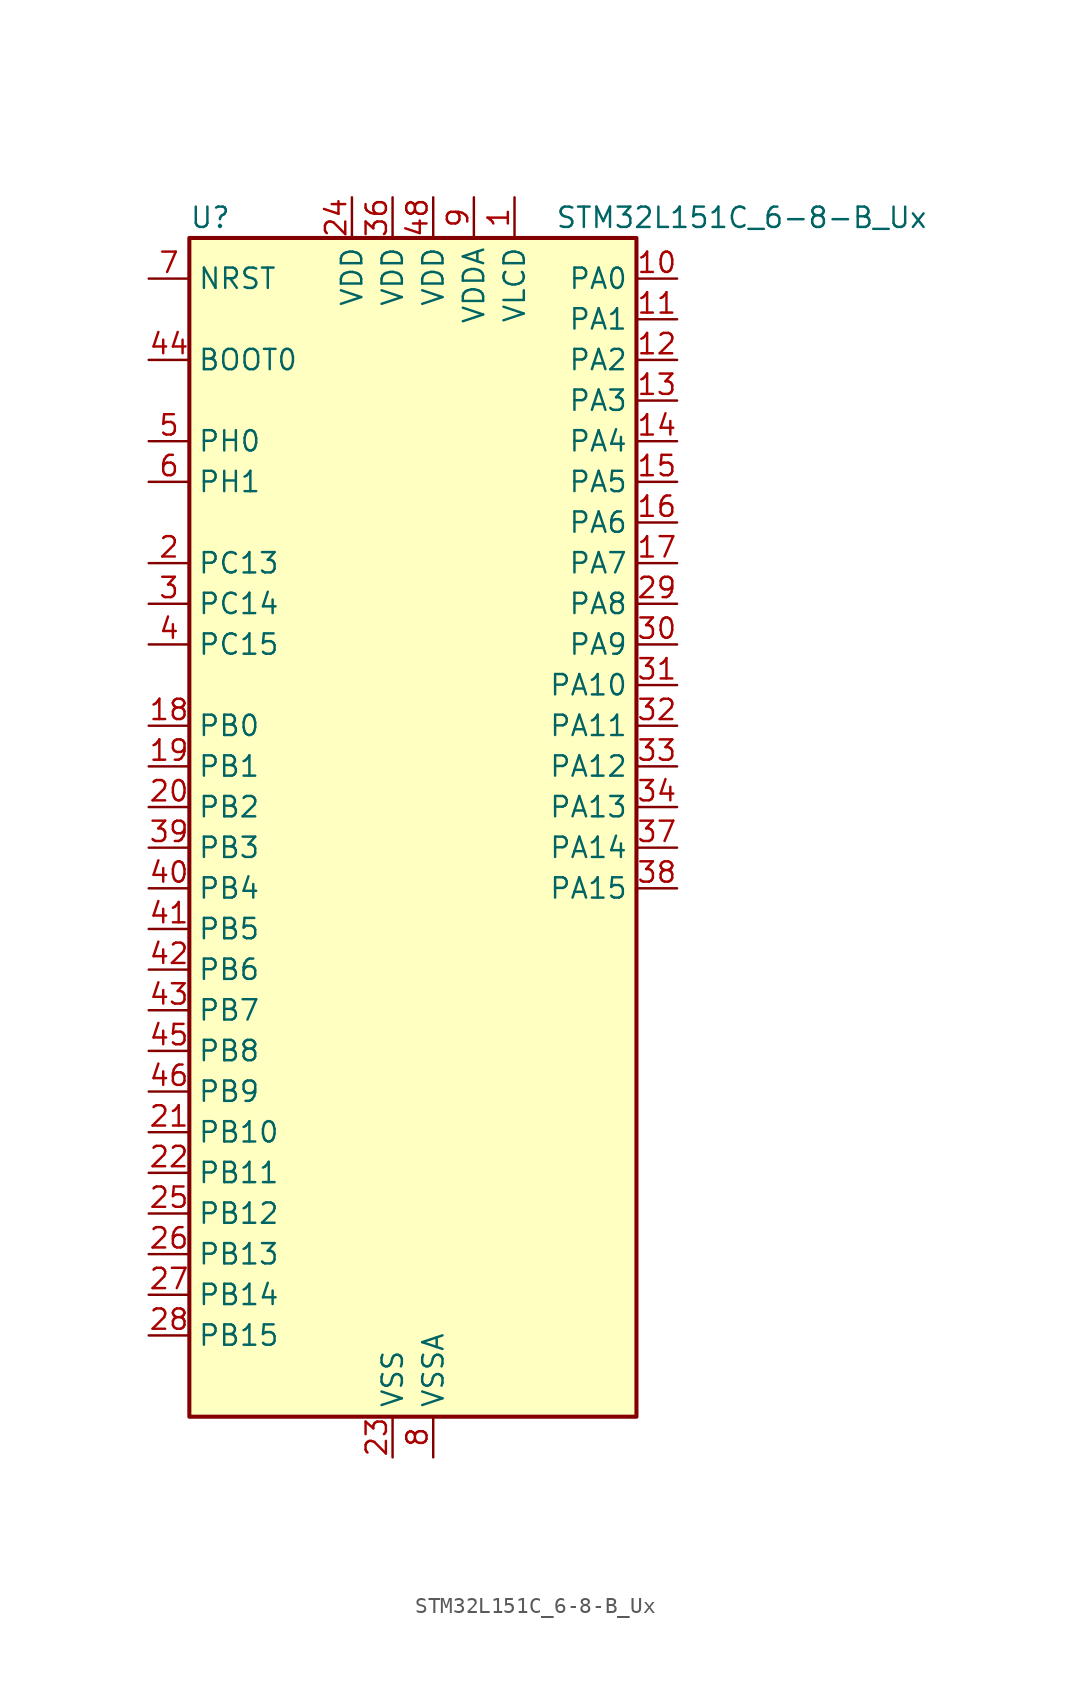
<source format=kicad_sym>
(kicad_symbol_lib
  (version 20231120)
  (generator "kicad-library-utils")
  (generator_version "8.0")
  (symbol "STM32L151C_6-8-B_Ux"
    (property "Reference" "U"
      (at -12.7 39.37 0)
      (effects (font (size 1.27 1.27)) (justify left)))
    (property "Value" "STM32L151C_6-8-B_Ux"
      (at 10.16 39.37 0)
      (effects (font (size 1.27 1.27)) (justify left)))
    (symbol "STM32L151C_6-8-B_Ux_0_1"
      (rectangle (start -12.7 -35.56) (end 15.24 38.1) (stroke (width 0.254) (type default)) (fill (type background))))
    (symbol "STM32L151C_6-8-B_Ux_1_1"
      (pin power_in line (at 7.62 40.64 270) (length 2.54) (name "VLCD" (effects (font (size 1.27 1.27)))) (number "1" (effects (font (size 1.27 1.27)))))
      (pin bidirectional line (at 17.78 35.56 180) (length 2.54) (name "PA0" (effects (font (size 1.27 1.27)))) (number "10" (effects (font (size 1.27 1.27)))) (alternate "ADC_IN0" bidirectional line) (alternate "COMP1_INP" bidirectional line) (alternate "SYS_WKUP1" bidirectional line) (alternate "TIM2_CH1" bidirectional line) (alternate "TIM2_ETR" bidirectional line) (alternate "TIMX_IC1" bidirectional line) (alternate "TS_G1_IO1" bidirectional line) (alternate "USART2_CTS" bidirectional line))
      (pin bidirectional line (at 17.78 33.02 180) (length 2.54) (name "PA1" (effects (font (size 1.27 1.27)))) (number "11" (effects (font (size 1.27 1.27)))) (alternate "ADC_IN1" bidirectional line) (alternate "COMP1_INP" bidirectional line) (alternate "TIM2_CH2" bidirectional line) (alternate "TIMX_IC2" bidirectional line) (alternate "TS_G1_IO2" bidirectional line) (alternate "USART2_RTS" bidirectional line))
      (pin bidirectional line (at 17.78 30.48 180) (length 2.54) (name "PA2" (effects (font (size 1.27 1.27)))) (number "12" (effects (font (size 1.27 1.27)))) (alternate "ADC_IN2" bidirectional line) (alternate "COMP1_INP" bidirectional line) (alternate "TIM2_CH3" bidirectional line) (alternate "TIM9_CH1" bidirectional line) (alternate "TIMX_IC3" bidirectional line) (alternate "TS_G1_IO3" bidirectional line) (alternate "USART2_TX" bidirectional line))
      (pin bidirectional line (at 17.78 27.94 180) (length 2.54) (name "PA3" (effects (font (size 1.27 1.27)))) (number "13" (effects (font (size 1.27 1.27)))) (alternate "ADC_IN3" bidirectional line) (alternate "COMP1_INP" bidirectional line) (alternate "TIM2_CH4" bidirectional line) (alternate "TIM9_CH2" bidirectional line) (alternate "TIMX_IC4" bidirectional line) (alternate "TS_G1_IO4" bidirectional line) (alternate "USART2_RX" bidirectional line))
      (pin bidirectional line (at 17.78 25.4 180) (length 2.54) (name "PA4" (effects (font (size 1.27 1.27)))) (number "14" (effects (font (size 1.27 1.27)))) (alternate "ADC_IN4" bidirectional line) (alternate "COMP1_INP" bidirectional line) (alternate "DAC_OUT1" bidirectional line) (alternate "SPI1_NSS" bidirectional line) (alternate "TIMX_IC1" bidirectional line) (alternate "USART2_CK" bidirectional line))
      (pin bidirectional line (at 17.78 22.86 180) (length 2.54) (name "PA5" (effects (font (size 1.27 1.27)))) (number "15" (effects (font (size 1.27 1.27)))) (alternate "ADC_IN5" bidirectional line) (alternate "COMP1_INP" bidirectional line) (alternate "DAC_OUT2" bidirectional line) (alternate "SPI1_SCK" bidirectional line) (alternate "TIM2_CH1" bidirectional line) (alternate "TIM2_ETR" bidirectional line) (alternate "TIMX_IC2" bidirectional line))
      (pin bidirectional line (at 17.78 20.32 180) (length 2.54) (name "PA6" (effects (font (size 1.27 1.27)))) (number "16" (effects (font (size 1.27 1.27)))) (alternate "ADC_IN6" bidirectional line) (alternate "COMP1_INP" bidirectional line) (alternate "SPI1_MISO" bidirectional line) (alternate "TIM10_CH1" bidirectional line) (alternate "TIM3_CH1" bidirectional line) (alternate "TIMX_IC3" bidirectional line) (alternate "TS_G2_IO1" bidirectional line))
      (pin bidirectional line (at 17.78 17.78 180) (length 2.54) (name "PA7" (effects (font (size 1.27 1.27)))) (number "17" (effects (font (size 1.27 1.27)))) (alternate "ADC_IN7" bidirectional line) (alternate "COMP1_INP" bidirectional line) (alternate "SPI1_MOSI" bidirectional line) (alternate "TIM11_CH1" bidirectional line) (alternate "TIM3_CH2" bidirectional line) (alternate "TIMX_IC4" bidirectional line) (alternate "TS_G2_IO2" bidirectional line))
      (pin bidirectional line (at -15.24 7.62 0) (length 2.54) (name "PB0" (effects (font (size 1.27 1.27)))) (number "18" (effects (font (size 1.27 1.27)))) (alternate "ADC_IN8" bidirectional line) (alternate "COMP1_INP" bidirectional line) (alternate "SYS_V_REF_OUT" bidirectional line) (alternate "TIM3_CH3" bidirectional line) (alternate "TS_G3_IO1" bidirectional line))
      (pin bidirectional line (at -15.24 5.08 0) (length 2.54) (name "PB1" (effects (font (size 1.27 1.27)))) (number "19" (effects (font (size 1.27 1.27)))) (alternate "ADC_IN9" bidirectional line) (alternate "COMP1_INP" bidirectional line) (alternate "SYS_V_REF_OUT" bidirectional line) (alternate "TIM3_CH4" bidirectional line) (alternate "TS_G3_IO2" bidirectional line))
      (pin bidirectional line (at -15.24 17.78 0) (length 2.54) (name "PC13" (effects (font (size 1.27 1.27)))) (number "2" (effects (font (size 1.27 1.27)))) (alternate "RTC_OUT_ALARM" bidirectional line) (alternate "RTC_OUT_CALIB" bidirectional line) (alternate "RTC_TAMP1" bidirectional line) (alternate "RTC_TS" bidirectional line) (alternate "SYS_WKUP2" bidirectional line) (alternate "TIMX_IC2" bidirectional line))
      (pin bidirectional line (at -15.24 2.54 0) (length 2.54) (name "PB2" (effects (font (size 1.27 1.27)))) (number "20" (effects (font (size 1.27 1.27)))))
      (pin bidirectional line (at -15.24 -17.78 0) (length 2.54) (name "PB10" (effects (font (size 1.27 1.27)))) (number "21" (effects (font (size 1.27 1.27)))) (alternate "I2C2_SCL" bidirectional line) (alternate "TIM2_CH3" bidirectional line) (alternate "USART3_TX" bidirectional line))
      (pin bidirectional line (at -15.24 -20.32 0) (length 2.54) (name "PB11" (effects (font (size 1.27 1.27)))) (number "22" (effects (font (size 1.27 1.27)))) (alternate "ADC_EXTI11" bidirectional line) (alternate "I2C2_SDA" bidirectional line) (alternate "TIM2_CH4" bidirectional line) (alternate "USART3_RX" bidirectional line))
      (pin power_in line (at 0 -38.1 90) (length 2.54) (name "VSS" (effects (font (size 1.27 1.27)))) (number "23" (effects (font (size 1.27 1.27)))))
      (pin power_in line (at -2.54 40.64 270) (length 2.54) (name "VDD" (effects (font (size 1.27 1.27)))) (number "24" (effects (font (size 1.27 1.27)))))
      (pin bidirectional line (at -15.24 -22.86 0) (length 2.54) (name "PB12" (effects (font (size 1.27 1.27)))) (number "25" (effects (font (size 1.27 1.27)))) (alternate "ADC_IN18" bidirectional line) (alternate "COMP1_INP" bidirectional line) (alternate "I2C2_SMBA" bidirectional line) (alternate "SPI2_NSS" bidirectional line) (alternate "TIM10_CH1" bidirectional line) (alternate "TS_G7_IO1" bidirectional line) (alternate "USART3_CK" bidirectional line))
      (pin bidirectional line (at -15.24 -25.4 0) (length 2.54) (name "PB13" (effects (font (size 1.27 1.27)))) (number "26" (effects (font (size 1.27 1.27)))) (alternate "ADC_IN19" bidirectional line) (alternate "COMP1_INP" bidirectional line) (alternate "SPI2_SCK" bidirectional line) (alternate "TIM9_CH1" bidirectional line) (alternate "TS_G7_IO2" bidirectional line) (alternate "USART3_CTS" bidirectional line))
      (pin bidirectional line (at -15.24 -27.94 0) (length 2.54) (name "PB14" (effects (font (size 1.27 1.27)))) (number "27" (effects (font (size 1.27 1.27)))) (alternate "ADC_IN20" bidirectional line) (alternate "COMP1_INP" bidirectional line) (alternate "SPI2_MISO" bidirectional line) (alternate "TIM9_CH2" bidirectional line) (alternate "TS_G7_IO3" bidirectional line) (alternate "USART3_RTS" bidirectional line))
      (pin bidirectional line (at -15.24 -30.48 0) (length 2.54) (name "PB15" (effects (font (size 1.27 1.27)))) (number "28" (effects (font (size 1.27 1.27)))) (alternate "ADC_EXTI15" bidirectional line) (alternate "ADC_IN21" bidirectional line) (alternate "COMP1_INP" bidirectional line) (alternate "RTC_REFIN" bidirectional line) (alternate "SPI2_MOSI" bidirectional line) (alternate "TIM11_CH1" bidirectional line) (alternate "TS_G7_IO4" bidirectional line))
      (pin bidirectional line (at 17.78 15.24 180) (length 2.54) (name "PA8" (effects (font (size 1.27 1.27)))) (number "29" (effects (font (size 1.27 1.27)))) (alternate "RCC_MCO" bidirectional line) (alternate "TIMX_IC1" bidirectional line) (alternate "TS_G4_IO1" bidirectional line) (alternate "USART1_CK" bidirectional line))
      (pin bidirectional line (at -15.24 15.24 0) (length 2.54) (name "PC14" (effects (font (size 1.27 1.27)))) (number "3" (effects (font (size 1.27 1.27)))) (alternate "RCC_OSC32_IN" bidirectional line) (alternate "TIMX_IC3" bidirectional line))
      (pin bidirectional line (at 17.78 12.7 180) (length 2.54) (name "PA9" (effects (font (size 1.27 1.27)))) (number "30" (effects (font (size 1.27 1.27)))) (alternate "DAC_EXTI9" bidirectional line) (alternate "TIMX_IC2" bidirectional line) (alternate "TS_G4_IO2" bidirectional line) (alternate "USART1_TX" bidirectional line))
      (pin bidirectional line (at 17.78 10.16 180) (length 2.54) (name "PA10" (effects (font (size 1.27 1.27)))) (number "31" (effects (font (size 1.27 1.27)))) (alternate "TIMX_IC3" bidirectional line) (alternate "TS_G4_IO3" bidirectional line) (alternate "USART1_RX" bidirectional line))
      (pin bidirectional line (at 17.78 7.62 180) (length 2.54) (name "PA11" (effects (font (size 1.27 1.27)))) (number "32" (effects (font (size 1.27 1.27)))) (alternate "ADC_EXTI11" bidirectional line) (alternate "SPI1_MISO" bidirectional line) (alternate "TIMX_IC4" bidirectional line) (alternate "USART1_CTS" bidirectional line) (alternate "USB_DM" bidirectional line))
      (pin bidirectional line (at 17.78 5.08 180) (length 2.54) (name "PA12" (effects (font (size 1.27 1.27)))) (number "33" (effects (font (size 1.27 1.27)))) (alternate "SPI1_MOSI" bidirectional line) (alternate "TIMX_IC1" bidirectional line) (alternate "USART1_RTS" bidirectional line) (alternate "USB_DP" bidirectional line))
      (pin bidirectional line (at 17.78 2.54 180) (length 2.54) (name "PA13" (effects (font (size 1.27 1.27)))) (number "34" (effects (font (size 1.27 1.27)))) (alternate "SYS_JTMS-SWDIO" bidirectional line) (alternate "TIMX_IC2" bidirectional line) (alternate "TS_G5_IO1" bidirectional line))
      (pin passive line (at 0 -38.1 90) (length 2.54) hide (name "VSS" (effects (font (size 1.27 1.27)))) (number "35" (effects (font (size 1.27 1.27)))))
      (pin power_in line (at 0 40.64 270) (length 2.54) (name "VDD" (effects (font (size 1.27 1.27)))) (number "36" (effects (font (size 1.27 1.27)))))
      (pin bidirectional line (at 17.78 0 180) (length 2.54) (name "PA14" (effects (font (size 1.27 1.27)))) (number "37" (effects (font (size 1.27 1.27)))) (alternate "SYS_JTCK-SWCLK" bidirectional line) (alternate "TIMX_IC3" bidirectional line) (alternate "TS_G5_IO2" bidirectional line))
      (pin bidirectional line (at 17.78 -2.54 180) (length 2.54) (name "PA15" (effects (font (size 1.27 1.27)))) (number "38" (effects (font (size 1.27 1.27)))) (alternate "ADC_EXTI15" bidirectional line) (alternate "SPI1_NSS" bidirectional line) (alternate "SYS_JTDI" bidirectional line) (alternate "TIM2_CH1" bidirectional line) (alternate "TIM2_ETR" bidirectional line) (alternate "TIMX_IC4" bidirectional line) (alternate "TS_G5_IO3" bidirectional line))
      (pin bidirectional line (at -15.24 0 0) (length 2.54) (name "PB3" (effects (font (size 1.27 1.27)))) (number "39" (effects (font (size 1.27 1.27)))) (alternate "COMP2_INM" bidirectional line) (alternate "SPI1_SCK" bidirectional line) (alternate "SYS_JTDO-TRACESWO" bidirectional line) (alternate "TIM2_CH2" bidirectional line))
      (pin bidirectional line (at -15.24 12.7 0) (length 2.54) (name "PC15" (effects (font (size 1.27 1.27)))) (number "4" (effects (font (size 1.27 1.27)))) (alternate "ADC_EXTI15" bidirectional line) (alternate "RCC_OSC32_OUT" bidirectional line) (alternate "TIMX_IC4" bidirectional line))
      (pin bidirectional line (at -15.24 -2.54 0) (length 2.54) (name "PB4" (effects (font (size 1.27 1.27)))) (number "40" (effects (font (size 1.27 1.27)))) (alternate "COMP2_INP" bidirectional line) (alternate "SPI1_MISO" bidirectional line) (alternate "SYS_JTRST" bidirectional line) (alternate "TIM3_CH1" bidirectional line) (alternate "TS_G6_IO1" bidirectional line))
      (pin bidirectional line (at -15.24 -5.08 0) (length 2.54) (name "PB5" (effects (font (size 1.27 1.27)))) (number "41" (effects (font (size 1.27 1.27)))) (alternate "COMP2_INP" bidirectional line) (alternate "I2C1_SMBA" bidirectional line) (alternate "SPI1_MOSI" bidirectional line) (alternate "TIM3_CH2" bidirectional line) (alternate "TS_G6_IO2" bidirectional line))
      (pin bidirectional line (at -15.24 -7.62 0) (length 2.54) (name "PB6" (effects (font (size 1.27 1.27)))) (number "42" (effects (font (size 1.27 1.27)))) (alternate "I2C1_SCL" bidirectional line) (alternate "TIM4_CH1" bidirectional line) (alternate "USART1_TX" bidirectional line))
      (pin bidirectional line (at -15.24 -10.16 0) (length 2.54) (name "PB7" (effects (font (size 1.27 1.27)))) (number "43" (effects (font (size 1.27 1.27)))) (alternate "I2C1_SDA" bidirectional line) (alternate "SYS_PVD_IN" bidirectional line) (alternate "TIM4_CH2" bidirectional line) (alternate "USART1_RX" bidirectional line))
      (pin input line (at -15.24 30.48 0) (length 2.54) (name "BOOT0" (effects (font (size 1.27 1.27)))) (number "44" (effects (font (size 1.27 1.27)))))
      (pin bidirectional line (at -15.24 -12.7 0) (length 2.54) (name "PB8" (effects (font (size 1.27 1.27)))) (number "45" (effects (font (size 1.27 1.27)))) (alternate "I2C1_SCL" bidirectional line) (alternate "TIM10_CH1" bidirectional line) (alternate "TIM4_CH3" bidirectional line))
      (pin bidirectional line (at -15.24 -15.24 0) (length 2.54) (name "PB9" (effects (font (size 1.27 1.27)))) (number "46" (effects (font (size 1.27 1.27)))) (alternate "DAC_EXTI9" bidirectional line) (alternate "I2C1_SDA" bidirectional line) (alternate "TIM11_CH1" bidirectional line) (alternate "TIM4_CH4" bidirectional line))
      (pin passive line (at 0 -38.1 90) (length 2.54) hide (name "VSS" (effects (font (size 1.27 1.27)))) (number "47" (effects (font (size 1.27 1.27)))))
      (pin power_in line (at 2.54 40.64 270) (length 2.54) (name "VDD" (effects (font (size 1.27 1.27)))) (number "48" (effects (font (size 1.27 1.27)))))
      (pin passive line (at 0 -38.1 90) (length 2.54) hide (name "VSS" (effects (font (size 1.27 1.27)))) (number "49" (effects (font (size 1.27 1.27)))))
      (pin bidirectional line (at -15.24 25.4 0) (length 2.54) (name "PH0" (effects (font (size 1.27 1.27)))) (number "5" (effects (font (size 1.27 1.27)))) (alternate "RCC_OSC_IN" bidirectional line))
      (pin bidirectional line (at -15.24 22.86 0) (length 2.54) (name "PH1" (effects (font (size 1.27 1.27)))) (number "6" (effects (font (size 1.27 1.27)))) (alternate "RCC_OSC_OUT" bidirectional line))
      (pin input line (at -15.24 35.56 0) (length 2.54) (name "NRST" (effects (font (size 1.27 1.27)))) (number "7" (effects (font (size 1.27 1.27)))))
      (pin power_in line (at 2.54 -38.1 90) (length 2.54) (name "VSSA" (effects (font (size 1.27 1.27)))) (number "8" (effects (font (size 1.27 1.27)))))
      (pin power_in line (at 5.08 40.64 270) (length 2.54) (name "VDDA" (effects (font (size 1.27 1.27)))) (number "9" (effects (font (size 1.27 1.27))))))))
</source>
